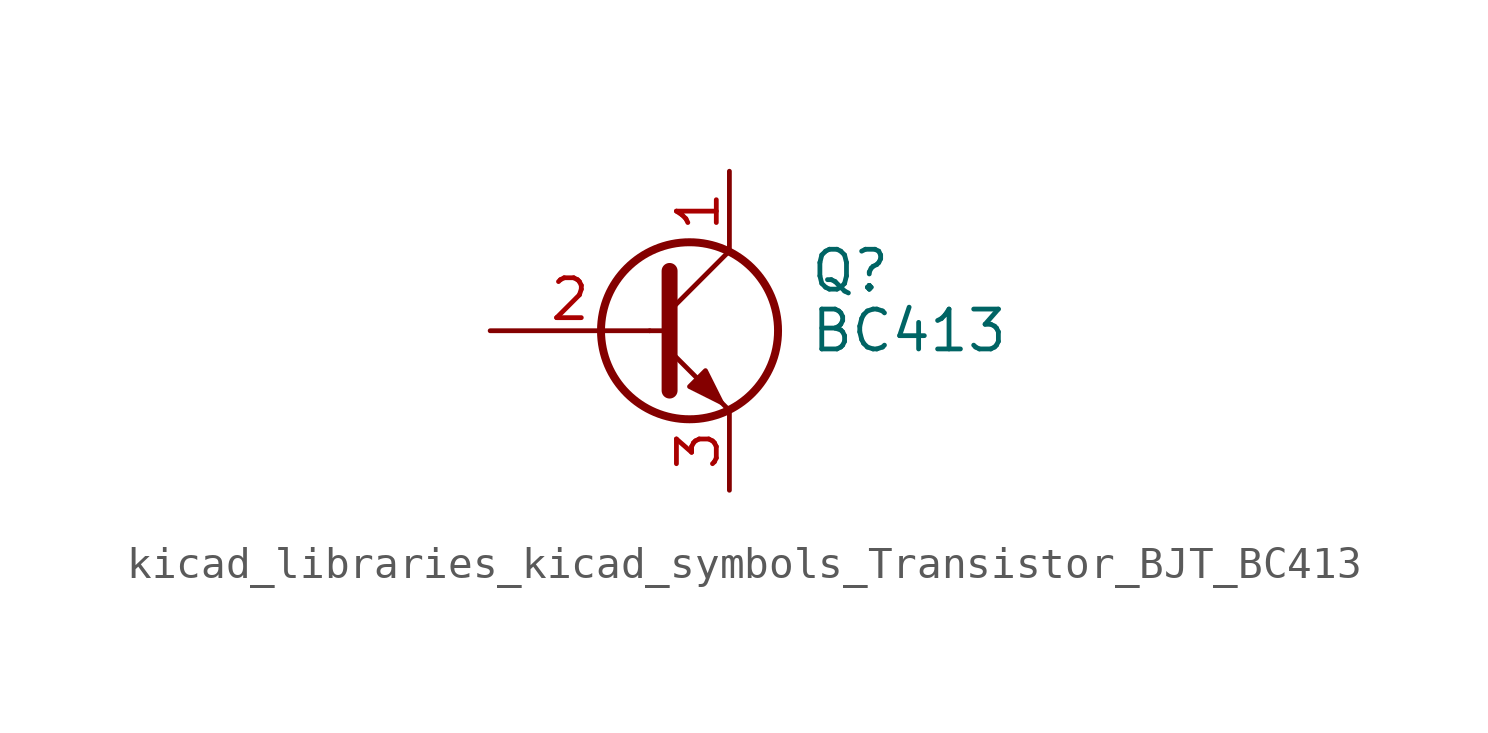
<source format=kicad_sym>
(kicad_symbol_lib
  (version 20220914)
  (generator kicad_symbol_editor)
  (symbol "kicad_libraries_kicad_symbols_Transistor_BJT_BC413"
    (pin_names
      (offset 0) hide)
    (property "Reference" "Q"
      (at 5.08 1.905 0)
      (effects (font (size 1.27 1.27)) (justify left)))
    (property "Value" "BC413"
      (at 5.08 0 0)
      (effects (font (size 1.27 1.27)) (justify left)))
    (symbol "kicad_libraries_kicad_symbols_Transistor_BJT_BC413_0_1"
      (polyline (pts (xy 0 0) (xy 0.635 0)) (stroke (width 0) (type default)) (fill (type none)))
      (polyline (pts (xy 0.635 0.635) (xy 2.54 2.54)) (stroke (width 0) (type default)) (fill (type none)))
      (polyline (pts (xy 0.635 -0.635) (xy 2.54 -2.54) (xy 2.54 -2.54)) (stroke (width 0) (type default)) (fill (type none)))
      (polyline (pts (xy 0.635 1.905) (xy 0.635 -1.905) (xy 0.635 -1.905)) (stroke (width 0.508) (type default)) (fill (type none)))
      (polyline (pts (xy 1.27 -1.778) (xy 1.778 -1.27) (xy 2.286 -2.286) (xy 1.27 -1.778) (xy 1.27 -1.778)) (stroke (width 0) (type default)) (fill (type outline)))
      (circle (center 1.27 0) (radius 2.819) (stroke (width 0.254) (type default)) (fill (type none))))
    (symbol "kicad_libraries_kicad_symbols_Transistor_BJT_BC413_1_1"
      (pin passive line (at 2.54 5.08 270) (length 2.54) (name "C" (effects (font (size 1.27 1.27)))) (number "1" (effects (font (size 1.27 1.27)))))
      (pin input line (at -5.08 0 0) (length 5.08) (name "B" (effects (font (size 1.27 1.27)))) (number "2" (effects (font (size 1.27 1.27)))))
      (pin passive line (at 2.54 -5.08 90) (length 2.54) (name "E" (effects (font (size 1.27 1.27)))) (number "3" (effects (font (size 1.27 1.27))))))))
</source>
